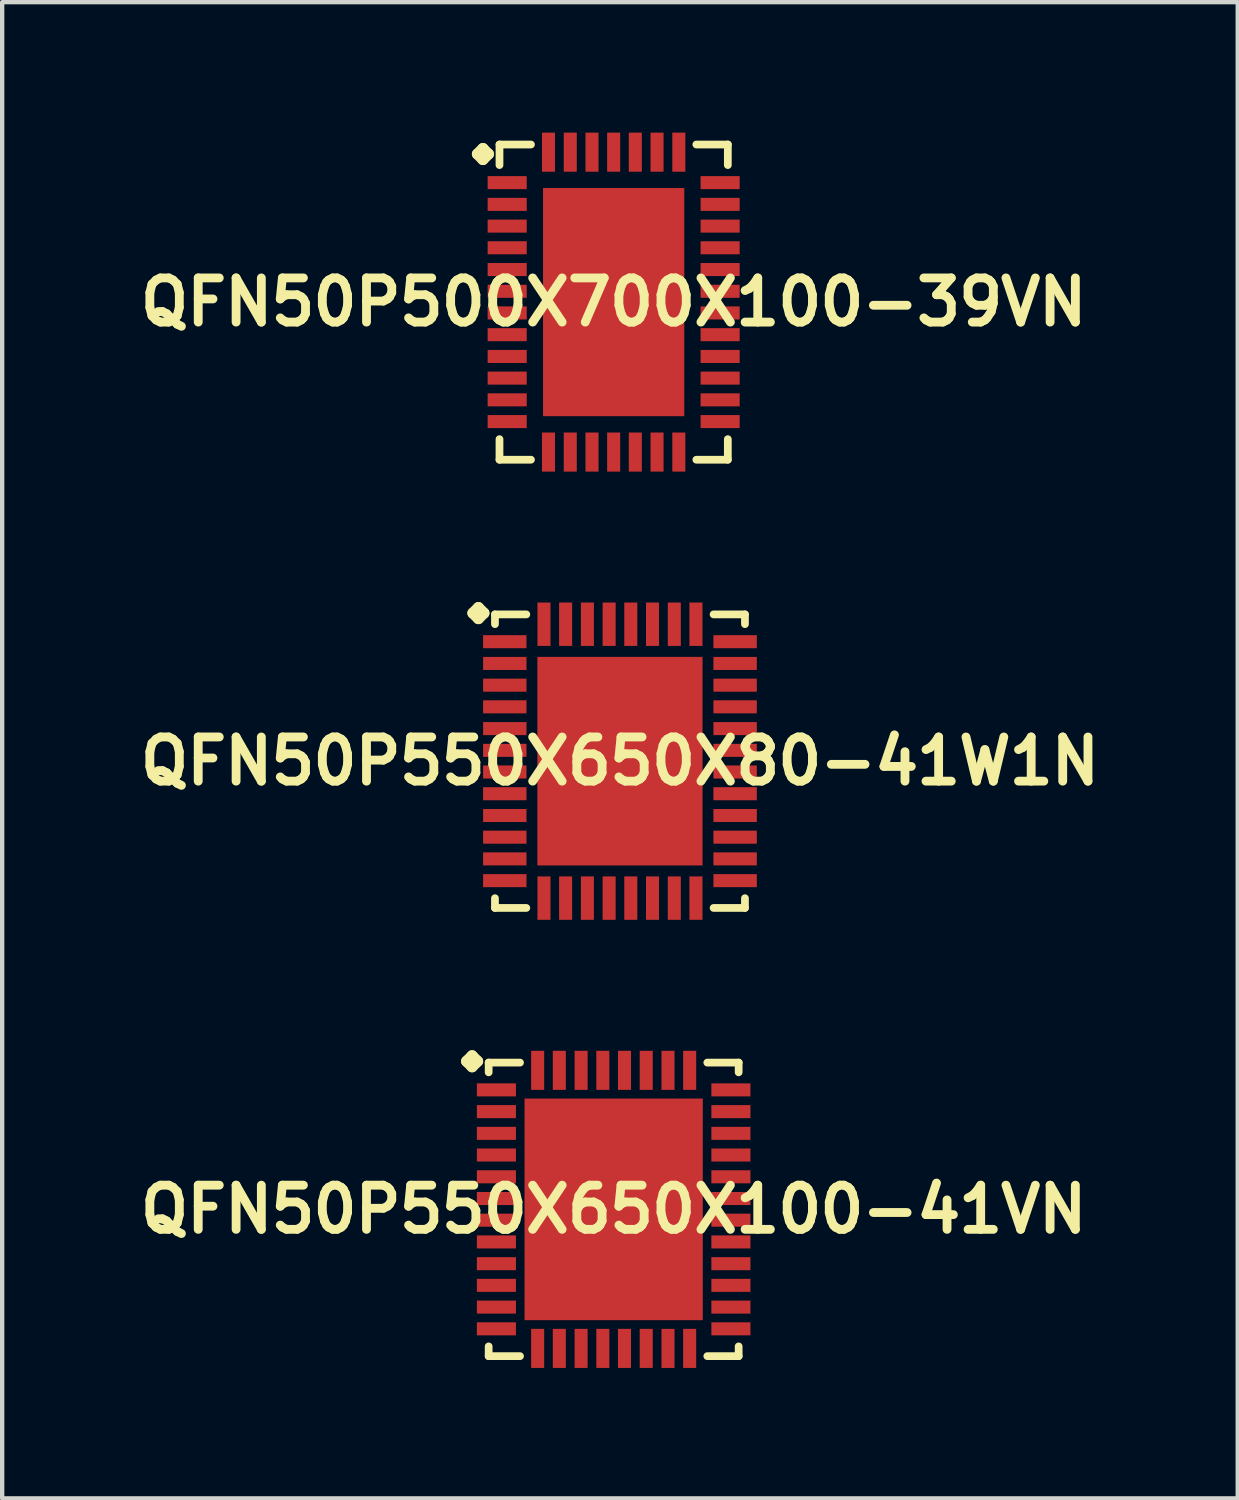
<source format=kicad_pcb>
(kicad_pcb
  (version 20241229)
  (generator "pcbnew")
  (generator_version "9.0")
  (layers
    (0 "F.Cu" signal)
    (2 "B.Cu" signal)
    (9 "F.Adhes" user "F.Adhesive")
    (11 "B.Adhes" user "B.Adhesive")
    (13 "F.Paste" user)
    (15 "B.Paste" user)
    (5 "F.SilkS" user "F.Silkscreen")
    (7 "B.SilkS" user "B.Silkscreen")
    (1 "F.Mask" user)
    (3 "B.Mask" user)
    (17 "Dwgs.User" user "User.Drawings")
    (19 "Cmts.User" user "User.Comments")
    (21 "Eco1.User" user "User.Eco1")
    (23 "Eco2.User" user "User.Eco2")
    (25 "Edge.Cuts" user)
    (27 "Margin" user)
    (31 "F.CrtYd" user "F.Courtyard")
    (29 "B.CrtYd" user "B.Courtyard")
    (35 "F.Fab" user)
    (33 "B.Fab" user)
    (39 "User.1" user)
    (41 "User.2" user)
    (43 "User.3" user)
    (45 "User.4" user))
  (footprint "QFN50P500X700X100-39VN"
    (layer "F.Cu")
    (at 11.065 3.899)
    (property "Reference" "QFN50P500X700X100-39VN" (at 0 0 0) (layer "F.SilkS") (effects (font (size 1.016 1.016) (thickness 0.203))))
    (attr smd)
    (fp_line (start -3.134 -3.406) (end -3.007 -3.533) (stroke (width 0.254) (type solid)) (layer "F.SilkS"))
    (fp_line (start -3.007 -3.533) (end -2.88 -3.406) (stroke (width 0.254) (type solid)) (layer "F.SilkS"))
    (fp_line (start -3.007 -3.279) (end -3.134 -3.406) (stroke (width 0.254) (type solid)) (layer "F.SilkS"))
    (fp_line (start -2.88 -3.406) (end -3.007 -3.279) (stroke (width 0.254) (type solid)) (layer "F.SilkS"))
    (fp_line (start -2.626 -3.625) (end -1.902 -3.625) (stroke (width 0.178) (type solid)) (layer "F.SilkS"))
    (fp_line (start -2.626 -3.152) (end -2.626 -3.625) (stroke (width 0.178) (type solid)) (layer "F.SilkS"))
    (fp_line (start -2.626 3.152) (end -2.626 3.625) (stroke (width 0.178) (type solid)) (layer "F.SilkS"))
    (fp_line (start -2.626 3.625) (end -1.902 3.625) (stroke (width 0.178) (type solid)) (layer "F.SilkS"))
    (fp_line (start 1.902 -3.625) (end 2.626 -3.625) (stroke (width 0.178) (type solid)) (layer "F.SilkS"))
    (fp_line (start 1.902 3.625) (end 2.626 3.625) (stroke (width 0.178) (type solid)) (layer "F.SilkS"))
    (fp_line (start 2.626 -3.625) (end 2.626 -3.152) (stroke (width 0.178) (type solid)) (layer "F.SilkS"))
    (fp_line (start 2.626 3.625) (end 2.626 3.152) (stroke (width 0.178) (type solid)) (layer "F.SilkS"))
    (pad "1" smd rect (at -2.449 -2.748) (size 0.899 0.3) (layers "F.Cu" "F.Mask" "F.Paste"))
    (pad "2" smd rect (at -2.449 -2.248) (size 0.899 0.3) (layers "F.Cu" "F.Mask" "F.Paste"))
    (pad "3" smd rect (at -2.449 -1.748) (size 0.899 0.3) (layers "F.Cu" "F.Mask" "F.Paste"))
    (pad "4" smd rect (at -2.449 -1.25) (size 0.899 0.3) (layers "F.Cu" "F.Mask" "F.Paste"))
    (pad "5" smd rect (at -2.449 -0.749) (size 0.899 0.3) (layers "F.Cu" "F.Mask" "F.Paste"))
    (pad "6" smd rect (at -2.449 -0.249) (size 0.899 0.3) (layers "F.Cu" "F.Mask" "F.Paste"))
    (pad "7" smd rect (at -2.449 0.249) (size 0.899 0.3) (layers "F.Cu" "F.Mask" "F.Paste"))
    (pad "8" smd rect (at -2.449 0.749) (size 0.899 0.3) (layers "F.Cu" "F.Mask" "F.Paste"))
    (pad "9" smd rect (at -2.449 1.25) (size 0.899 0.3) (layers "F.Cu" "F.Mask" "F.Paste"))
    (pad "10" smd rect (at -2.449 1.748) (size 0.899 0.3) (layers "F.Cu" "F.Mask" "F.Paste"))
    (pad "11" smd rect (at -2.449 2.248) (size 0.899 0.3) (layers "F.Cu" "F.Mask" "F.Paste"))
    (pad "12" smd rect (at -2.449 2.748) (size 0.899 0.3) (layers "F.Cu" "F.Mask" "F.Paste"))
    (pad "13" smd rect (at -1.499 3.449) (size 0.3 0.899) (layers "F.Cu" "F.Mask" "F.Paste"))
    (pad "14" smd rect (at -0.998 3.449) (size 0.3 0.899) (layers "F.Cu" "F.Mask" "F.Paste"))
    (pad "15" smd rect (at -0.498 3.449) (size 0.3 0.899) (layers "F.Cu" "F.Mask" "F.Paste"))
    (pad "16" smd rect (at 0 3.449) (size 0.3 0.899) (layers "F.Cu" "F.Mask" "F.Paste"))
    (pad "17" smd rect (at 0.498 3.449) (size 0.3 0.899) (layers "F.Cu" "F.Mask" "F.Paste"))
    (pad "18" smd rect (at 0.998 3.449) (size 0.3 0.899) (layers "F.Cu" "F.Mask" "F.Paste"))
    (pad "19" smd rect (at 1.499 3.449) (size 0.3 0.899) (layers "F.Cu" "F.Mask" "F.Paste"))
    (pad "20" smd rect (at 2.449 2.748) (size 0.899 0.3) (layers "F.Cu" "F.Mask" "F.Paste"))
    (pad "21" smd rect (at 2.449 2.248) (size 0.899 0.3) (layers "F.Cu" "F.Mask" "F.Paste"))
    (pad "22" smd rect (at 2.449 1.748) (size 0.899 0.3) (layers "F.Cu" "F.Mask" "F.Paste"))
    (pad "23" smd rect (at 2.449 1.25) (size 0.899 0.3) (layers "F.Cu" "F.Mask" "F.Paste"))
    (pad "24" smd rect (at 2.449 0.749) (size 0.899 0.3) (layers "F.Cu" "F.Mask" "F.Paste"))
    (pad "25" smd rect (at 2.449 0.249) (size 0.899 0.3) (layers "F.Cu" "F.Mask" "F.Paste"))
    (pad "26" smd rect (at 2.449 -0.249) (size 0.899 0.3) (layers "F.Cu" "F.Mask" "F.Paste"))
    (pad "27" smd rect (at 2.449 -0.749) (size 0.899 0.3) (layers "F.Cu" "F.Mask" "F.Paste"))
    (pad "28" smd rect (at 2.449 -1.25) (size 0.899 0.3) (layers "F.Cu" "F.Mask" "F.Paste"))
    (pad "29" smd rect (at 2.449 -1.748) (size 0.899 0.3) (layers "F.Cu" "F.Mask" "F.Paste"))
    (pad "30" smd rect (at 2.449 -2.248) (size 0.899 0.3) (layers "F.Cu" "F.Mask" "F.Paste"))
    (pad "31" smd rect (at 2.449 -2.748) (size 0.899 0.3) (layers "F.Cu" "F.Mask" "F.Paste"))
    (pad "32" smd rect (at 1.499 -3.449) (size 0.3 0.899) (layers "F.Cu" "F.Mask" "F.Paste"))
    (pad "33" smd rect (at 0.998 -3.449) (size 0.3 0.899) (layers "F.Cu" "F.Mask" "F.Paste"))
    (pad "34" smd rect (at 0.498 -3.449) (size 0.3 0.899) (layers "F.Cu" "F.Mask" "F.Paste"))
    (pad "35" smd rect (at 0 -3.449) (size 0.3 0.899) (layers "F.Cu" "F.Mask" "F.Paste"))
    (pad "36" smd rect (at -0.498 -3.449) (size 0.3 0.899) (layers "F.Cu" "F.Mask" "F.Paste"))
    (pad "37" smd rect (at -0.998 -3.449) (size 0.3 0.899) (layers "F.Cu" "F.Mask" "F.Paste"))
    (pad "38" smd rect (at -1.499 -3.449) (size 0.3 0.899) (layers "F.Cu" "F.Mask" "F.Paste"))
    (pad "39" smd rect (at 0 0) (size 3.249 5.248) (layers "F.Cu" "F.Mask" "F.Paste")))
  (footprint "QFN50P550X650X100-41VN"
    (layer "F.Cu")
    (at 11.065 24.767)
    (property "Reference" "QFN50P550X650X100-41VN" (at 0 0 0) (layer "F.SilkS") (effects (font (size 1.016 1.016) (thickness 0.203))))
    (attr smd)
    (fp_line (start -3.383 -3.406) (end -3.256 -3.533) (stroke (width 0.254) (type solid)) (layer "F.SilkS"))
    (fp_line (start -3.256 -3.533) (end -3.129 -3.406) (stroke (width 0.254) (type solid)) (layer "F.SilkS"))
    (fp_line (start -3.256 -3.279) (end -3.383 -3.406) (stroke (width 0.254) (type solid)) (layer "F.SilkS"))
    (fp_line (start -3.129 -3.406) (end -3.256 -3.279) (stroke (width 0.254) (type solid)) (layer "F.SilkS"))
    (fp_line (start -2.875 -3.376) (end -2.154 -3.376) (stroke (width 0.178) (type solid)) (layer "F.SilkS"))
    (fp_line (start -2.875 -3.152) (end -2.875 -3.376) (stroke (width 0.178) (type solid)) (layer "F.SilkS"))
    (fp_line (start -2.875 3.152) (end -2.875 3.376) (stroke (width 0.178) (type solid)) (layer "F.SilkS"))
    (fp_line (start -2.875 3.376) (end -2.154 3.376) (stroke (width 0.178) (type solid)) (layer "F.SilkS"))
    (fp_line (start 2.154 -3.376) (end 2.875 -3.376) (stroke (width 0.178) (type solid)) (layer "F.SilkS"))
    (fp_line (start 2.154 3.376) (end 2.875 3.376) (stroke (width 0.178) (type solid)) (layer "F.SilkS"))
    (fp_line (start 2.875 -3.376) (end 2.875 -3.152) (stroke (width 0.178) (type solid)) (layer "F.SilkS"))
    (fp_line (start 2.875 3.376) (end 2.875 3.152) (stroke (width 0.178) (type solid)) (layer "F.SilkS"))
    (pad "1" smd rect (at -2.697 -2.748) (size 0.899 0.3) (layers "F.Cu" "F.Mask" "F.Paste"))
    (pad "2" smd rect (at -2.697 -2.248) (size 0.899 0.3) (layers "F.Cu" "F.Mask" "F.Paste"))
    (pad "3" smd rect (at -2.697 -1.748) (size 0.899 0.3) (layers "F.Cu" "F.Mask" "F.Paste"))
    (pad "4" smd rect (at -2.697 -1.25) (size 0.899 0.3) (layers "F.Cu" "F.Mask" "F.Paste"))
    (pad "5" smd rect (at -2.697 -0.749) (size 0.899 0.3) (layers "F.Cu" "F.Mask" "F.Paste"))
    (pad "6" smd rect (at -2.697 -0.249) (size 0.899 0.3) (layers "F.Cu" "F.Mask" "F.Paste"))
    (pad "7" smd rect (at -2.697 0.249) (size 0.899 0.3) (layers "F.Cu" "F.Mask" "F.Paste"))
    (pad "8" smd rect (at -2.697 0.749) (size 0.899 0.3) (layers "F.Cu" "F.Mask" "F.Paste"))
    (pad "9" smd rect (at -2.697 1.25) (size 0.899 0.3) (layers "F.Cu" "F.Mask" "F.Paste"))
    (pad "10" smd rect (at -2.697 1.748) (size 0.899 0.3) (layers "F.Cu" "F.Mask" "F.Paste"))
    (pad "11" smd rect (at -2.697 2.248) (size 0.899 0.3) (layers "F.Cu" "F.Mask" "F.Paste"))
    (pad "12" smd rect (at -2.697 2.748) (size 0.899 0.3) (layers "F.Cu" "F.Mask" "F.Paste"))
    (pad "13" smd rect (at -1.748 3.198) (size 0.3 0.899) (layers "F.Cu" "F.Mask" "F.Paste"))
    (pad "14" smd rect (at -1.25 3.198) (size 0.3 0.899) (layers "F.Cu" "F.Mask" "F.Paste"))
    (pad "15" smd rect (at -0.749 3.198) (size 0.3 0.899) (layers "F.Cu" "F.Mask" "F.Paste"))
    (pad "16" smd rect (at -0.249 3.198) (size 0.3 0.899) (layers "F.Cu" "F.Mask" "F.Paste"))
    (pad "17" smd rect (at 0.249 3.198) (size 0.3 0.899) (layers "F.Cu" "F.Mask" "F.Paste"))
    (pad "18" smd rect (at 0.749 3.198) (size 0.3 0.899) (layers "F.Cu" "F.Mask" "F.Paste"))
    (pad "19" smd rect (at 1.25 3.198) (size 0.3 0.899) (layers "F.Cu" "F.Mask" "F.Paste"))
    (pad "20" smd rect (at 1.748 3.198) (size 0.3 0.899) (layers "F.Cu" "F.Mask" "F.Paste"))
    (pad "21" smd rect (at 2.697 2.748) (size 0.899 0.3) (layers "F.Cu" "F.Mask" "F.Paste"))
    (pad "22" smd rect (at 2.697 2.248) (size 0.899 0.3) (layers "F.Cu" "F.Mask" "F.Paste"))
    (pad "23" smd rect (at 2.697 1.748) (size 0.899 0.3) (layers "F.Cu" "F.Mask" "F.Paste"))
    (pad "24" smd rect (at 2.697 1.25) (size 0.899 0.3) (layers "F.Cu" "F.Mask" "F.Paste"))
    (pad "25" smd rect (at 2.697 0.749) (size 0.899 0.3) (layers "F.Cu" "F.Mask" "F.Paste"))
    (pad "26" smd rect (at 2.697 0.249) (size 0.899 0.3) (layers "F.Cu" "F.Mask" "F.Paste"))
    (pad "27" smd rect (at 2.697 -0.249) (size 0.899 0.3) (layers "F.Cu" "F.Mask" "F.Paste"))
    (pad "28" smd rect (at 2.697 -0.749) (size 0.899 0.3) (layers "F.Cu" "F.Mask" "F.Paste"))
    (pad "29" smd rect (at 2.697 -1.25) (size 0.899 0.3) (layers "F.Cu" "F.Mask" "F.Paste"))
    (pad "30" smd rect (at 2.697 -1.748) (size 0.899 0.3) (layers "F.Cu" "F.Mask" "F.Paste"))
    (pad "31" smd rect (at 2.697 -2.248) (size 0.899 0.3) (layers "F.Cu" "F.Mask" "F.Paste"))
    (pad "32" smd rect (at 2.697 -2.748) (size 0.899 0.3) (layers "F.Cu" "F.Mask" "F.Paste"))
    (pad "33" smd rect (at 1.748 -3.198) (size 0.3 0.899) (layers "F.Cu" "F.Mask" "F.Paste"))
    (pad "34" smd rect (at 1.25 -3.198) (size 0.3 0.899) (layers "F.Cu" "F.Mask" "F.Paste"))
    (pad "35" smd rect (at 0.749 -3.198) (size 0.3 0.899) (layers "F.Cu" "F.Mask" "F.Paste"))
    (pad "36" smd rect (at 0.249 -3.198) (size 0.3 0.899) (layers "F.Cu" "F.Mask" "F.Paste"))
    (pad "37" smd rect (at -0.249 -3.198) (size 0.3 0.899) (layers "F.Cu" "F.Mask" "F.Paste"))
    (pad "38" smd rect (at -0.749 -3.198) (size 0.3 0.899) (layers "F.Cu" "F.Mask" "F.Paste"))
    (pad "39" smd rect (at -1.25 -3.198) (size 0.3 0.899) (layers "F.Cu" "F.Mask" "F.Paste"))
    (pad "40" smd rect (at -1.748 -3.198) (size 0.3 0.899) (layers "F.Cu" "F.Mask" "F.Paste"))
    (pad "41" smd rect (at 0 0) (size 4.1 5.098) (layers "F.Cu" "F.Mask" "F.Paste")))
  (footprint "QFN50P550X650X80-41W1N"
    (layer "F.Cu")
    (at 11.21 14.458)
    (property "Reference" "QFN50P550X650X80-41W1N" (at 0 0 0) (layer "F.SilkS") (effects (font (size 1.016 1.016) (thickness 0.203))))
    (attr smd)
    (fp_line (start -3.383 -3.406) (end -3.256 -3.533) (stroke (width 0.254) (type solid)) (layer "F.SilkS"))
    (fp_line (start -3.256 -3.533) (end -3.129 -3.406) (stroke (width 0.254) (type solid)) (layer "F.SilkS"))
    (fp_line (start -3.256 -3.279) (end -3.383 -3.406) (stroke (width 0.254) (type solid)) (layer "F.SilkS"))
    (fp_line (start -3.129 -3.406) (end -3.256 -3.279) (stroke (width 0.254) (type solid)) (layer "F.SilkS"))
    (fp_line (start -2.875 -3.376) (end -2.154 -3.376) (stroke (width 0.178) (type solid)) (layer "F.SilkS"))
    (fp_line (start -2.875 -3.152) (end -2.875 -3.376) (stroke (width 0.178) (type solid)) (layer "F.SilkS"))
    (fp_line (start -2.875 3.152) (end -2.875 3.376) (stroke (width 0.178) (type solid)) (layer "F.SilkS"))
    (fp_line (start -2.875 3.376) (end -2.154 3.376) (stroke (width 0.178) (type solid)) (layer "F.SilkS"))
    (fp_line (start 2.154 -3.376) (end 2.875 -3.376) (stroke (width 0.178) (type solid)) (layer "F.SilkS"))
    (fp_line (start 2.154 3.376) (end 2.875 3.376) (stroke (width 0.178) (type solid)) (layer "F.SilkS"))
    (fp_line (start 2.875 -3.376) (end 2.875 -3.152) (stroke (width 0.178) (type solid)) (layer "F.SilkS"))
    (fp_line (start 2.875 3.376) (end 2.875 3.152) (stroke (width 0.178) (type solid)) (layer "F.SilkS"))
    (pad "1" smd rect (at -2.649 -2.748) (size 0.998 0.3) (layers "F.Cu" "F.Mask" "F.Paste"))
    (pad "2" smd rect (at -2.649 -2.248) (size 0.998 0.3) (layers "F.Cu" "F.Mask" "F.Paste"))
    (pad "3" smd rect (at -2.649 -1.748) (size 0.998 0.3) (layers "F.Cu" "F.Mask" "F.Paste"))
    (pad "4" smd rect (at -2.649 -1.25) (size 0.998 0.3) (layers "F.Cu" "F.Mask" "F.Paste"))
    (pad "5" smd rect (at -2.649 -0.749) (size 0.998 0.3) (layers "F.Cu" "F.Mask" "F.Paste"))
    (pad "6" smd rect (at -2.649 -0.249) (size 0.998 0.3) (layers "F.Cu" "F.Mask" "F.Paste"))
    (pad "7" smd rect (at -2.649 0.249) (size 0.998 0.3) (layers "F.Cu" "F.Mask" "F.Paste"))
    (pad "8" smd rect (at -2.649 0.749) (size 0.998 0.3) (layers "F.Cu" "F.Mask" "F.Paste"))
    (pad "9" smd rect (at -2.649 1.25) (size 0.998 0.3) (layers "F.Cu" "F.Mask" "F.Paste"))
    (pad "10" smd rect (at -2.649 1.748) (size 0.998 0.3) (layers "F.Cu" "F.Mask" "F.Paste"))
    (pad "11" smd rect (at -2.649 2.248) (size 0.998 0.3) (layers "F.Cu" "F.Mask" "F.Paste"))
    (pad "12" smd rect (at -2.649 2.748) (size 0.998 0.3) (layers "F.Cu" "F.Mask" "F.Paste"))
    (pad "13" smd rect (at -1.748 3.15) (size 0.3 0.998) (layers "F.Cu" "F.Mask" "F.Paste"))
    (pad "14" smd rect (at -1.25 3.15) (size 0.3 0.998) (layers "F.Cu" "F.Mask" "F.Paste"))
    (pad "15" smd rect (at -0.749 3.15) (size 0.3 0.998) (layers "F.Cu" "F.Mask" "F.Paste"))
    (pad "16" smd rect (at -0.249 3.15) (size 0.3 0.998) (layers "F.Cu" "F.Mask" "F.Paste"))
    (pad "17" smd rect (at 0.249 3.15) (size 0.3 0.998) (layers "F.Cu" "F.Mask" "F.Paste"))
    (pad "18" smd rect (at 0.749 3.15) (size 0.3 0.998) (layers "F.Cu" "F.Mask" "F.Paste"))
    (pad "19" smd rect (at 1.25 3.15) (size 0.3 0.998) (layers "F.Cu" "F.Mask" "F.Paste"))
    (pad "20" smd rect (at 1.748 3.15) (size 0.3 0.998) (layers "F.Cu" "F.Mask" "F.Paste"))
    (pad "21" smd rect (at 2.649 2.748) (size 0.998 0.3) (layers "F.Cu" "F.Mask" "F.Paste"))
    (pad "22" smd rect (at 2.649 2.248) (size 0.998 0.3) (layers "F.Cu" "F.Mask" "F.Paste"))
    (pad "23" smd rect (at 2.649 1.748) (size 0.998 0.3) (layers "F.Cu" "F.Mask" "F.Paste"))
    (pad "24" smd rect (at 2.649 1.25) (size 0.998 0.3) (layers "F.Cu" "F.Mask" "F.Paste"))
    (pad "25" smd rect (at 2.649 0.749) (size 0.998 0.3) (layers "F.Cu" "F.Mask" "F.Paste"))
    (pad "26" smd rect (at 2.649 0.249) (size 0.998 0.3) (layers "F.Cu" "F.Mask" "F.Paste"))
    (pad "27" smd rect (at 2.649 -0.249) (size 0.998 0.3) (layers "F.Cu" "F.Mask" "F.Paste"))
    (pad "28" smd rect (at 2.649 -0.749) (size 0.998 0.3) (layers "F.Cu" "F.Mask" "F.Paste"))
    (pad "29" smd rect (at 2.649 -1.25) (size 0.998 0.3) (layers "F.Cu" "F.Mask" "F.Paste"))
    (pad "30" smd rect (at 2.649 -1.748) (size 0.998 0.3) (layers "F.Cu" "F.Mask" "F.Paste"))
    (pad "31" smd rect (at 2.649 -2.248) (size 0.998 0.3) (layers "F.Cu" "F.Mask" "F.Paste"))
    (pad "32" smd rect (at 2.649 -2.748) (size 0.998 0.3) (layers "F.Cu" "F.Mask" "F.Paste"))
    (pad "33" smd rect (at 1.748 -3.15) (size 0.3 0.998) (layers "F.Cu" "F.Mask" "F.Paste"))
    (pad "34" smd rect (at 1.25 -3.15) (size 0.3 0.998) (layers "F.Cu" "F.Mask" "F.Paste"))
    (pad "35" smd rect (at 0.749 -3.15) (size 0.3 0.998) (layers "F.Cu" "F.Mask" "F.Paste"))
    (pad "36" smd rect (at 0.249 -3.15) (size 0.3 0.998) (layers "F.Cu" "F.Mask" "F.Paste"))
    (pad "37" smd rect (at -0.249 -3.15) (size 0.3 0.998) (layers "F.Cu" "F.Mask" "F.Paste"))
    (pad "38" smd rect (at -0.749 -3.15) (size 0.3 0.998) (layers "F.Cu" "F.Mask" "F.Paste"))
    (pad "39" smd rect (at -1.25 -3.15) (size 0.3 0.998) (layers "F.Cu" "F.Mask" "F.Paste"))
    (pad "40" smd rect (at -1.748 -3.15) (size 0.3 0.998) (layers "F.Cu" "F.Mask" "F.Paste"))
    (pad "41" smd rect (at 0 0) (size 3.8 4.798) (layers "F.Cu" "F.Mask" "F.Paste")))
  (gr_rect
    (start -3 -3)
    (end 25.42 31.414)
    (stroke (width 0.1) (type default))
    (fill no)
    (layer "Edge.Cuts")))
</source>
